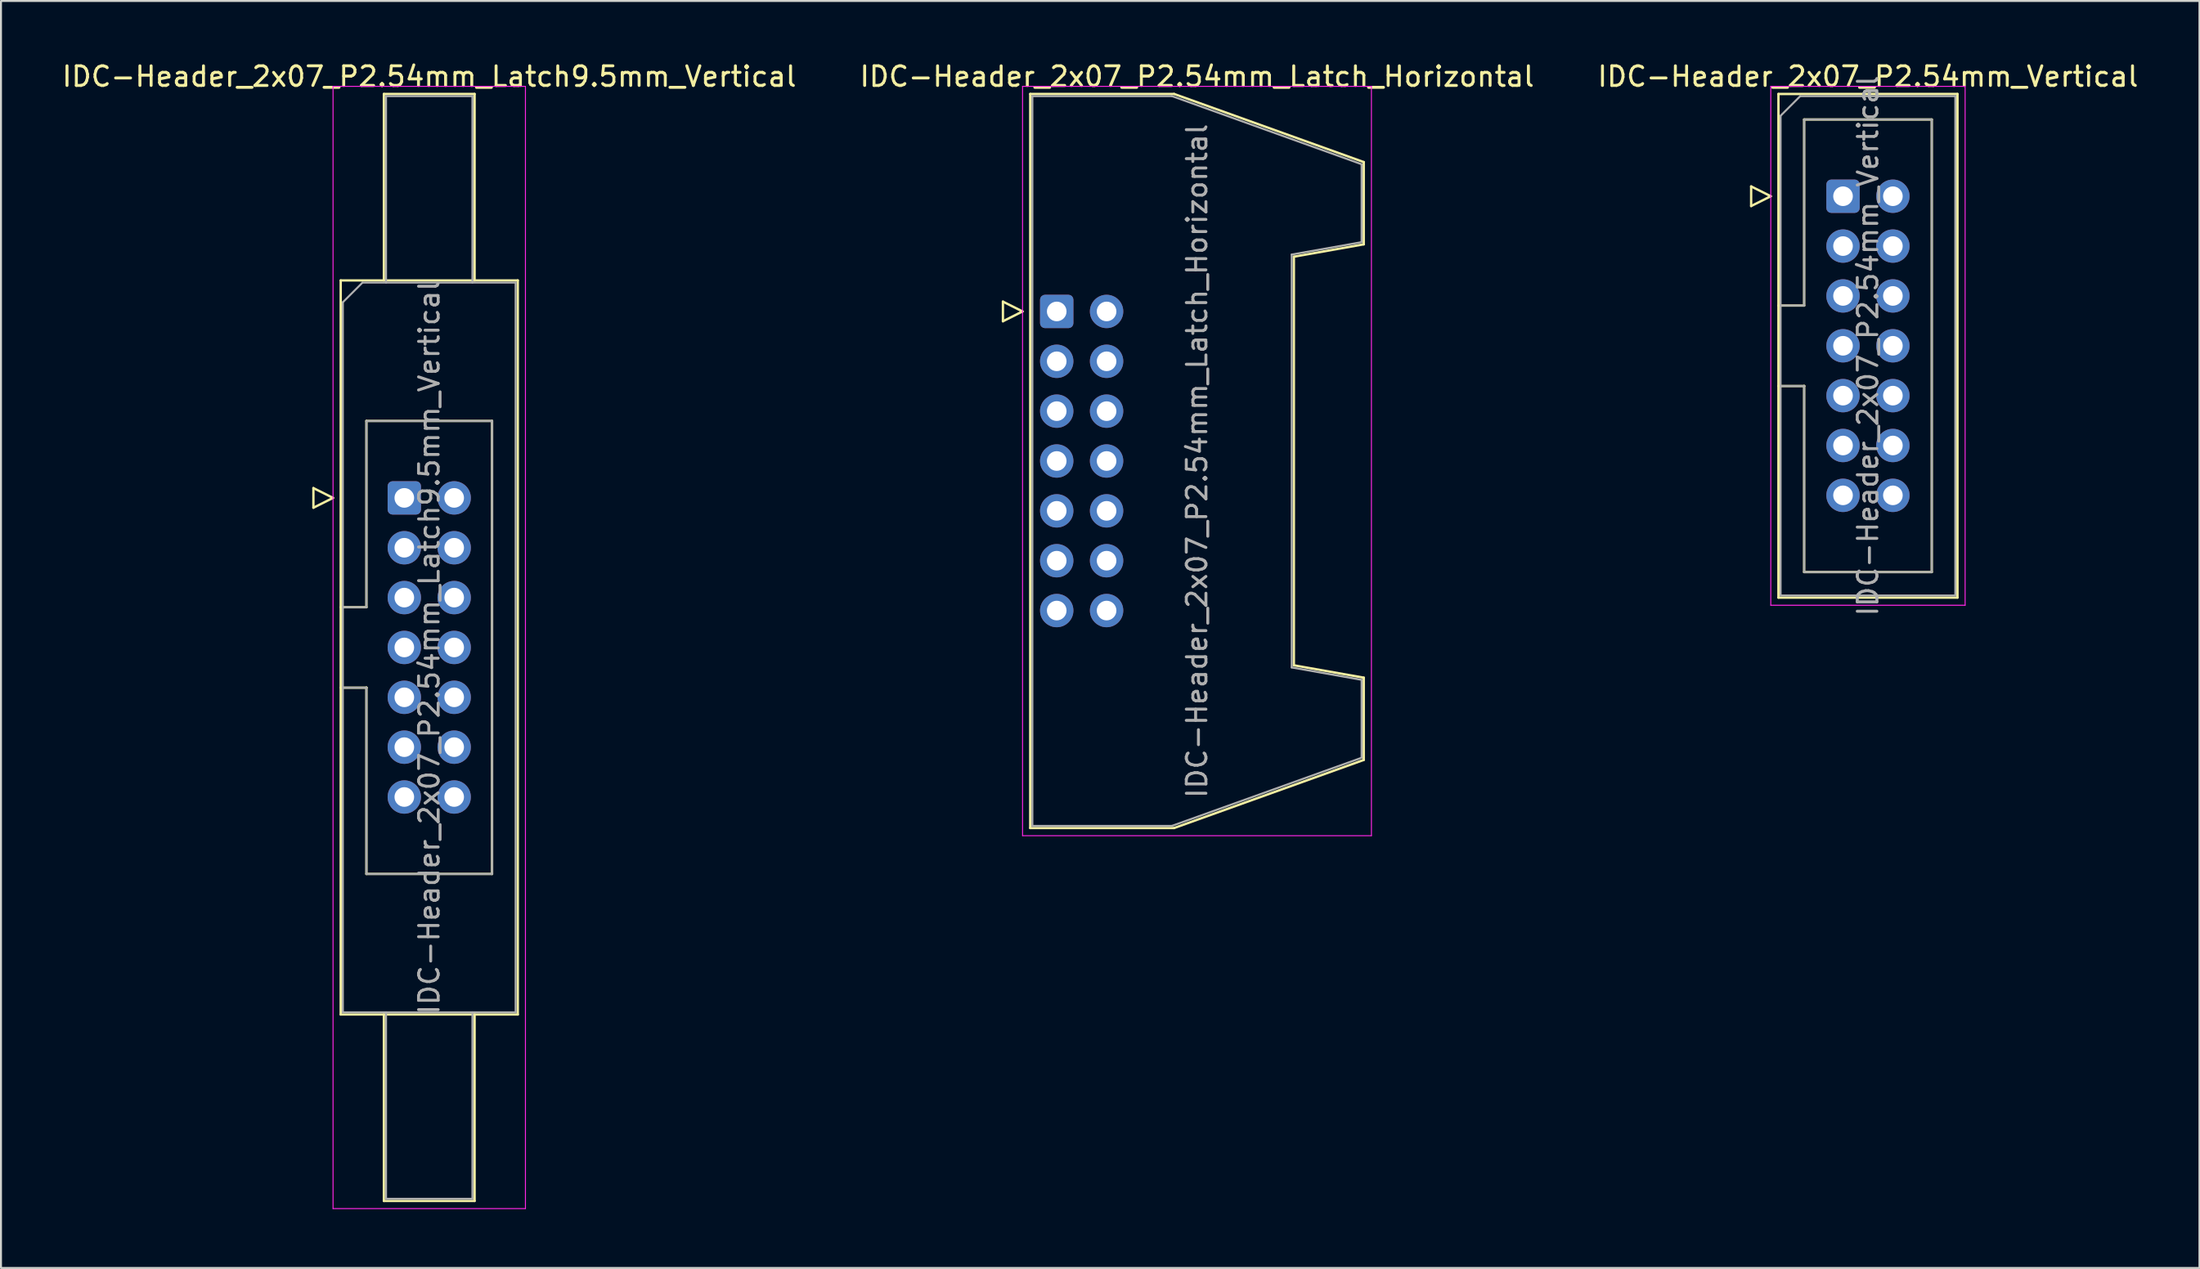
<source format=kicad_pcb>
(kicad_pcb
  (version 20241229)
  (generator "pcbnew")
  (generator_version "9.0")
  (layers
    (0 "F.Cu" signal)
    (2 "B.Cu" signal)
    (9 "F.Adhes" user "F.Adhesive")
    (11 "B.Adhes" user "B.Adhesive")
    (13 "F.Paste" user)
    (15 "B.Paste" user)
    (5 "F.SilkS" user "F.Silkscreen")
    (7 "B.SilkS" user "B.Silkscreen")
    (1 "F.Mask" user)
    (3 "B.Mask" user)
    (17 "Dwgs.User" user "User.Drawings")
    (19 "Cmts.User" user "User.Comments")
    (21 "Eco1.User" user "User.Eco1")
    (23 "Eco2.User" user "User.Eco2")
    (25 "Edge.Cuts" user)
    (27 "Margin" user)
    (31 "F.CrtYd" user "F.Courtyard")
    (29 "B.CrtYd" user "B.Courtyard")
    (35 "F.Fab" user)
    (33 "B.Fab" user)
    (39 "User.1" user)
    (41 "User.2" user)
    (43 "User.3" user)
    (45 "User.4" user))
  (footprint "IDC-Header_2x07_P2.54mm_Latch9.5mm_Vertical"
    (layer "F.Cu")
    (at 17.545 22.318)
    (property "Reference" "IDC-Header_2x07_P2.54mm_Latch9.5mm_Vertical" (at 1.27 -21.47 0) (layer "F.SilkS") (effects (font (size 1 1) (thickness 0.15))))
    (attr through_hole)
    (fp_line (start -4.63 -0.5) (end -4.63 0.5) (stroke (width 0.12) (type solid)) (layer "F.SilkS"))
    (fp_line (start -4.63 0.5) (end -3.63 0) (stroke (width 0.12) (type solid)) (layer "F.SilkS"))
    (fp_line (start -3.63 0) (end -4.63 -0.5) (stroke (width 0.12) (type solid)) (layer "F.SilkS"))
    (fp_line (start -3.24 -11.08) (end 5.78 -11.08) (stroke (width 0.12) (type solid)) (layer "F.SilkS"))
    (fp_line (start -3.24 5.57) (end -1.93 5.57) (stroke (width 0.12) (type solid)) (layer "F.SilkS"))
    (fp_line (start -3.24 26.32) (end -3.24 -11.08) (stroke (width 0.12) (type solid)) (layer "F.SilkS"))
    (fp_line (start -1.93 -3.92) (end 4.47 -3.92) (stroke (width 0.12) (type solid)) (layer "F.SilkS"))
    (fp_line (start -1.93 5.57) (end -1.93 -3.92) (stroke (width 0.12) (type solid)) (layer "F.SilkS"))
    (fp_line (start -1.93 9.67) (end -3.24 9.67) (stroke (width 0.12) (type solid)) (layer "F.SilkS"))
    (fp_line (start -1.93 9.67) (end -1.93 9.67) (stroke (width 0.12) (type solid)) (layer "F.SilkS"))
    (fp_line (start -1.93 19.16) (end -1.93 9.67) (stroke (width 0.12) (type solid)) (layer "F.SilkS"))
    (fp_line (start -1.04 -20.58) (end 3.58 -20.58) (stroke (width 0.12) (type solid)) (layer "F.SilkS"))
    (fp_line (start -1.04 -11.08) (end -1.04 -20.58) (stroke (width 0.12) (type solid)) (layer "F.SilkS"))
    (fp_line (start -1.04 26.32) (end -1.04 35.82) (stroke (width 0.12) (type solid)) (layer "F.SilkS"))
    (fp_line (start -1.04 35.82) (end 3.58 35.82) (stroke (width 0.12) (type solid)) (layer "F.SilkS"))
    (fp_line (start 3.58 -20.58) (end 3.58 -11.08) (stroke (width 0.12) (type solid)) (layer "F.SilkS"))
    (fp_line (start 3.58 35.82) (end 3.58 26.32) (stroke (width 0.12) (type solid)) (layer "F.SilkS"))
    (fp_line (start 4.47 -3.92) (end 4.47 19.16) (stroke (width 0.12) (type solid)) (layer "F.SilkS"))
    (fp_line (start 4.47 19.16) (end -1.93 19.16) (stroke (width 0.12) (type solid)) (layer "F.SilkS"))
    (fp_line (start 5.78 -11.08) (end 5.78 26.32) (stroke (width 0.12) (type solid)) (layer "F.SilkS"))
    (fp_line (start 5.78 26.32) (end -3.24 26.32) (stroke (width 0.12) (type solid)) (layer "F.SilkS"))
    (fp_line (start -3.63 -20.97) (end -3.63 36.21) (stroke (width 0.05) (type solid)) (layer "F.CrtYd"))
    (fp_line (start -3.63 36.21) (end 6.17 36.21) (stroke (width 0.05) (type solid)) (layer "F.CrtYd"))
    (fp_line (start 6.17 -20.97) (end -3.63 -20.97) (stroke (width 0.05) (type solid)) (layer "F.CrtYd"))
    (fp_line (start 6.17 36.21) (end 6.17 -20.97) (stroke (width 0.05) (type solid)) (layer "F.CrtYd"))
    (fp_line (start -3.13 -9.97) (end -2.13 -10.97) (stroke (width 0.1) (type solid)) (layer "F.Fab"))
    (fp_line (start -3.13 5.57) (end -1.93 5.57) (stroke (width 0.1) (type solid)) (layer "F.Fab"))
    (fp_line (start -3.13 26.21) (end -3.13 -9.97) (stroke (width 0.1) (type solid)) (layer "F.Fab"))
    (fp_line (start -2.13 -10.97) (end 5.67 -10.97) (stroke (width 0.1) (type solid)) (layer "F.Fab"))
    (fp_line (start -1.93 -3.92) (end 4.47 -3.92) (stroke (width 0.1) (type solid)) (layer "F.Fab"))
    (fp_line (start -1.93 5.57) (end -1.93 -3.92) (stroke (width 0.1) (type solid)) (layer "F.Fab"))
    (fp_line (start -1.93 9.67) (end -3.13 9.67) (stroke (width 0.1) (type solid)) (layer "F.Fab"))
    (fp_line (start -1.93 9.67) (end -1.93 9.67) (stroke (width 0.1) (type solid)) (layer "F.Fab"))
    (fp_line (start -1.93 19.16) (end -1.93 9.67) (stroke (width 0.1) (type solid)) (layer "F.Fab"))
    (fp_line (start -0.93 -20.47) (end 3.47 -20.47) (stroke (width 0.1) (type solid)) (layer "F.Fab"))
    (fp_line (start -0.93 -10.97) (end -0.93 -20.47) (stroke (width 0.1) (type solid)) (layer "F.Fab"))
    (fp_line (start -0.93 26.21) (end -0.93 35.71) (stroke (width 0.1) (type solid)) (layer "F.Fab"))
    (fp_line (start -0.93 35.71) (end 3.47 35.71) (stroke (width 0.1) (type solid)) (layer "F.Fab"))
    (fp_line (start 3.47 -20.47) (end 3.47 -10.97) (stroke (width 0.1) (type solid)) (layer "F.Fab"))
    (fp_line (start 3.47 35.71) (end 3.47 26.21) (stroke (width 0.1) (type solid)) (layer "F.Fab"))
    (fp_line (start 4.47 -3.92) (end 4.47 19.16) (stroke (width 0.1) (type solid)) (layer "F.Fab"))
    (fp_line (start 4.47 19.16) (end -1.93 19.16) (stroke (width 0.1) (type solid)) (layer "F.Fab"))
    (fp_line (start 5.67 -10.97) (end 5.67 26.21) (stroke (width 0.1) (type solid)) (layer "F.Fab"))
    (fp_line (start 5.67 26.21) (end -3.13 26.21) (stroke (width 0.1) (type solid)) (layer "F.Fab"))
    (fp_text user "${REFERENCE}" (at 1.27 7.62 90) (layer "F.Fab") (effects (font (size 1 1) (thickness 0.15))))
    (pad "1" thru_hole roundrect (at 0 0) (size 1.7 1.7) (drill 1) (layers "*.Cu" "*.Mask") (roundrect_rratio 0.147))
    (pad "2" thru_hole circle (at 2.54 0) (size 1.7 1.7) (drill 1) (layers "*.Cu" "*.Mask"))
    (pad "3" thru_hole circle (at 0 2.54) (size 1.7 1.7) (drill 1) (layers "*.Cu" "*.Mask"))
    (pad "4" thru_hole circle (at 2.54 2.54) (size 1.7 1.7) (drill 1) (layers "*.Cu" "*.Mask"))
    (pad "5" thru_hole circle (at 0 5.08) (size 1.7 1.7) (drill 1) (layers "*.Cu" "*.Mask"))
    (pad "6" thru_hole circle (at 2.54 5.08) (size 1.7 1.7) (drill 1) (layers "*.Cu" "*.Mask"))
    (pad "7" thru_hole circle (at 0 7.62) (size 1.7 1.7) (drill 1) (layers "*.Cu" "*.Mask"))
    (pad "8" thru_hole circle (at 2.54 7.62) (size 1.7 1.7) (drill 1) (layers "*.Cu" "*.Mask"))
    (pad "9" thru_hole circle (at 0 10.16) (size 1.7 1.7) (drill 1) (layers "*.Cu" "*.Mask"))
    (pad "10" thru_hole circle (at 2.54 10.16) (size 1.7 1.7) (drill 1) (layers "*.Cu" "*.Mask"))
    (pad "11" thru_hole circle (at 0 12.7) (size 1.7 1.7) (drill 1) (layers "*.Cu" "*.Mask"))
    (pad "12" thru_hole circle (at 2.54 12.7) (size 1.7 1.7) (drill 1) (layers "*.Cu" "*.Mask"))
    (pad "13" thru_hole circle (at 0 15.24) (size 1.7 1.7) (drill 1) (layers "*.Cu" "*.Mask"))
    (pad "14" thru_hole circle (at 2.54 15.24) (size 1.7 1.7) (drill 1) (layers "*.Cu" "*.Mask")))
  (footprint "IDC-Header_2x07_P2.54mm_Vertical"
    (layer "F.Cu")
    (at 90.831 6.948)
    (property "Reference" "IDC-Header_2x07_P2.54mm_Vertical" (at 1.27 -6.1 0) (layer "F.SilkS") (effects (font (size 1 1) (thickness 0.15))))
    (attr through_hole)
    (fp_line (start -4.68 -0.5) (end -4.68 0.5) (stroke (width 0.12) (type solid)) (layer "F.SilkS"))
    (fp_line (start -4.68 0.5) (end -3.68 0) (stroke (width 0.12) (type solid)) (layer "F.SilkS"))
    (fp_line (start -3.68 0) (end -4.68 -0.5) (stroke (width 0.12) (type solid)) (layer "F.SilkS"))
    (fp_line (start -3.29 -5.21) (end 5.83 -5.21) (stroke (width 0.12) (type solid)) (layer "F.SilkS"))
    (fp_line (start -3.29 5.57) (end -1.98 5.57) (stroke (width 0.12) (type solid)) (layer "F.SilkS"))
    (fp_line (start -3.29 20.45) (end -3.29 -5.21) (stroke (width 0.12) (type solid)) (layer "F.SilkS"))
    (fp_line (start -1.98 -3.91) (end 4.52 -3.91) (stroke (width 0.12) (type solid)) (layer "F.SilkS"))
    (fp_line (start -1.98 5.57) (end -1.98 -3.91) (stroke (width 0.12) (type solid)) (layer "F.SilkS"))
    (fp_line (start -1.98 9.67) (end -3.29 9.67) (stroke (width 0.12) (type solid)) (layer "F.SilkS"))
    (fp_line (start -1.98 9.67) (end -1.98 9.67) (stroke (width 0.12) (type solid)) (layer "F.SilkS"))
    (fp_line (start -1.98 19.15) (end -1.98 9.67) (stroke (width 0.12) (type solid)) (layer "F.SilkS"))
    (fp_line (start 4.52 -3.91) (end 4.52 19.15) (stroke (width 0.12) (type solid)) (layer "F.SilkS"))
    (fp_line (start 4.52 19.15) (end -1.98 19.15) (stroke (width 0.12) (type solid)) (layer "F.SilkS"))
    (fp_line (start 5.83 -5.21) (end 5.83 20.45) (stroke (width 0.12) (type solid)) (layer "F.SilkS"))
    (fp_line (start 5.83 20.45) (end -3.29 20.45) (stroke (width 0.12) (type solid)) (layer "F.SilkS"))
    (fp_line (start -3.68 -5.6) (end -3.68 20.84) (stroke (width 0.05) (type solid)) (layer "F.CrtYd"))
    (fp_line (start -3.68 20.84) (end 6.22 20.84) (stroke (width 0.05) (type solid)) (layer "F.CrtYd"))
    (fp_line (start 6.22 -5.6) (end -3.68 -5.6) (stroke (width 0.05) (type solid)) (layer "F.CrtYd"))
    (fp_line (start 6.22 20.84) (end 6.22 -5.6) (stroke (width 0.05) (type solid)) (layer "F.CrtYd"))
    (fp_line (start -3.18 -4.1) (end -2.18 -5.1) (stroke (width 0.1) (type solid)) (layer "F.Fab"))
    (fp_line (start -3.18 5.57) (end -1.98 5.57) (stroke (width 0.1) (type solid)) (layer "F.Fab"))
    (fp_line (start -3.18 20.34) (end -3.18 -4.1) (stroke (width 0.1) (type solid)) (layer "F.Fab"))
    (fp_line (start -2.18 -5.1) (end 5.72 -5.1) (stroke (width 0.1) (type solid)) (layer "F.Fab"))
    (fp_line (start -1.98 -3.91) (end 4.52 -3.91) (stroke (width 0.1) (type solid)) (layer "F.Fab"))
    (fp_line (start -1.98 5.57) (end -1.98 -3.91) (stroke (width 0.1) (type solid)) (layer "F.Fab"))
    (fp_line (start -1.98 9.67) (end -3.18 9.67) (stroke (width 0.1) (type solid)) (layer "F.Fab"))
    (fp_line (start -1.98 9.67) (end -1.98 9.67) (stroke (width 0.1) (type solid)) (layer "F.Fab"))
    (fp_line (start -1.98 19.15) (end -1.98 9.67) (stroke (width 0.1) (type solid)) (layer "F.Fab"))
    (fp_line (start 4.52 -3.91) (end 4.52 19.15) (stroke (width 0.1) (type solid)) (layer "F.Fab"))
    (fp_line (start 4.52 19.15) (end -1.98 19.15) (stroke (width 0.1) (type solid)) (layer "F.Fab"))
    (fp_line (start 5.72 -5.1) (end 5.72 20.34) (stroke (width 0.1) (type solid)) (layer "F.Fab"))
    (fp_line (start 5.72 20.34) (end -3.18 20.34) (stroke (width 0.1) (type solid)) (layer "F.Fab"))
    (fp_text user "${REFERENCE}" (at 1.27 7.62 90) (layer "F.Fab") (effects (font (size 1 1) (thickness 0.15))))
    (pad "1" thru_hole roundrect (at 0 0) (size 1.7 1.7) (drill 1) (layers "*.Cu" "*.Mask") (roundrect_rratio 0.147))
    (pad "2" thru_hole circle (at 2.54 0) (size 1.7 1.7) (drill 1) (layers "*.Cu" "*.Mask"))
    (pad "3" thru_hole circle (at 0 2.54) (size 1.7 1.7) (drill 1) (layers "*.Cu" "*.Mask"))
    (pad "4" thru_hole circle (at 2.54 2.54) (size 1.7 1.7) (drill 1) (layers "*.Cu" "*.Mask"))
    (pad "5" thru_hole circle (at 0 5.08) (size 1.7 1.7) (drill 1) (layers "*.Cu" "*.Mask"))
    (pad "6" thru_hole circle (at 2.54 5.08) (size 1.7 1.7) (drill 1) (layers "*.Cu" "*.Mask"))
    (pad "7" thru_hole circle (at 0 7.62) (size 1.7 1.7) (drill 1) (layers "*.Cu" "*.Mask"))
    (pad "8" thru_hole circle (at 2.54 7.62) (size 1.7 1.7) (drill 1) (layers "*.Cu" "*.Mask"))
    (pad "9" thru_hole circle (at 0 10.16) (size 1.7 1.7) (drill 1) (layers "*.Cu" "*.Mask"))
    (pad "10" thru_hole circle (at 2.54 10.16) (size 1.7 1.7) (drill 1) (layers "*.Cu" "*.Mask"))
    (pad "11" thru_hole circle (at 0 12.7) (size 1.7 1.7) (drill 1) (layers "*.Cu" "*.Mask"))
    (pad "12" thru_hole circle (at 2.54 12.7) (size 1.7 1.7) (drill 1) (layers "*.Cu" "*.Mask"))
    (pad "13" thru_hole circle (at 0 15.24) (size 1.7 1.7) (drill 1) (layers "*.Cu" "*.Mask"))
    (pad "14" thru_hole circle (at 2.54 15.24) (size 1.7 1.7) (drill 1) (layers "*.Cu" "*.Mask")))
  (footprint "IDC-Header_2x07_P2.54mm_Latch_Horizontal"
    (layer "F.Cu")
    (at 50.778 12.818)
    (property "Reference" "IDC-Header_2x07_P2.54mm_Latch_Horizontal" (at 7.145 -11.97 0) (layer "F.SilkS") (effects (font (size 1 1) (thickness 0.15))))
    (attr through_hole)
    (fp_line (start -2.74 -0.5) (end -2.74 0.5) (stroke (width 0.12) (type solid)) (layer "F.SilkS"))
    (fp_line (start -2.74 0.5) (end -1.74 0) (stroke (width 0.12) (type solid)) (layer "F.SilkS"))
    (fp_line (start -1.74 0) (end -2.74 -0.5) (stroke (width 0.12) (type solid)) (layer "F.SilkS"))
    (fp_line (start -1.35 -11.08) (end 5.98 -11.08) (stroke (width 0.12) (type solid)) (layer "F.SilkS"))
    (fp_line (start -1.35 26.32) (end -1.35 -11.08) (stroke (width 0.12) (type solid)) (layer "F.SilkS"))
    (fp_line (start 5.98 -11.08) (end 15.64 -7.61) (stroke (width 0.12) (type solid)) (layer "F.SilkS"))
    (fp_line (start 5.98 26.32) (end -1.35 26.32) (stroke (width 0.12) (type solid)) (layer "F.SilkS"))
    (fp_line (start 12.08 -2.79) (end 12.08 18.03) (stroke (width 0.12) (type solid)) (layer "F.SilkS"))
    (fp_line (start 12.08 18.03) (end 15.64 18.66) (stroke (width 0.12) (type solid)) (layer "F.SilkS"))
    (fp_line (start 15.64 -7.61) (end 15.64 -3.42) (stroke (width 0.12) (type solid)) (layer "F.SilkS"))
    (fp_line (start 15.64 -3.42) (end 12.08 -2.79) (stroke (width 0.12) (type solid)) (layer "F.SilkS"))
    (fp_line (start 15.64 18.66) (end 15.64 22.85) (stroke (width 0.12) (type solid)) (layer "F.SilkS"))
    (fp_line (start 15.64 22.85) (end 5.98 26.32) (stroke (width 0.12) (type solid)) (layer "F.SilkS"))
    (fp_line (start -1.74 -11.47) (end -1.74 26.71) (stroke (width 0.05) (type solid)) (layer "F.CrtYd"))
    (fp_line (start -1.74 26.71) (end 16.03 26.71) (stroke (width 0.05) (type solid)) (layer "F.CrtYd"))
    (fp_line (start 16.03 -11.47) (end -1.74 -11.47) (stroke (width 0.05) (type solid)) (layer "F.CrtYd"))
    (fp_line (start 16.03 26.71) (end 16.03 -11.47) (stroke (width 0.05) (type solid)) (layer "F.CrtYd"))
    (fp_line (start -1.24 -10.97) (end 5.87 -10.97) (stroke (width 0.1) (type solid)) (layer "F.Fab"))
    (fp_line (start -1.24 26.21) (end -1.24 -10.97) (stroke (width 0.1) (type solid)) (layer "F.Fab"))
    (fp_line (start 5.87 -10.97) (end 15.53 -7.5) (stroke (width 0.1) (type solid)) (layer "F.Fab"))
    (fp_line (start 5.87 26.21) (end -1.24 26.21) (stroke (width 0.1) (type solid)) (layer "F.Fab"))
    (fp_line (start 11.97 -2.9) (end 11.97 18.14) (stroke (width 0.1) (type solid)) (layer "F.Fab"))
    (fp_line (start 11.97 18.14) (end 15.53 18.77) (stroke (width 0.1) (type solid)) (layer "F.Fab"))
    (fp_line (start 15.53 -7.5) (end 15.53 -3.53) (stroke (width 0.1) (type solid)) (layer "F.Fab"))
    (fp_line (start 15.53 -3.53) (end 11.97 -2.9) (stroke (width 0.1) (type solid)) (layer "F.Fab"))
    (fp_line (start 15.53 18.77) (end 15.53 22.74) (stroke (width 0.1) (type solid)) (layer "F.Fab"))
    (fp_line (start 15.53 22.74) (end 5.87 26.21) (stroke (width 0.1) (type solid)) (layer "F.Fab"))
    (fp_text user "${REFERENCE}" (at 7.145 7.62 90) (layer "F.Fab") (effects (font (size 1 1) (thickness 0.15))))
    (pad "1" thru_hole roundrect (at 0 0) (size 1.7 1.7) (drill 1) (layers "*.Cu" "*.Mask") (roundrect_rratio 0.147))
    (pad "2" thru_hole circle (at 2.54 0) (size 1.7 1.7) (drill 1) (layers "*.Cu" "*.Mask"))
    (pad "3" thru_hole circle (at 0 2.54) (size 1.7 1.7) (drill 1) (layers "*.Cu" "*.Mask"))
    (pad "4" thru_hole circle (at 2.54 2.54) (size 1.7 1.7) (drill 1) (layers "*.Cu" "*.Mask"))
    (pad "5" thru_hole circle (at 0 5.08) (size 1.7 1.7) (drill 1) (layers "*.Cu" "*.Mask"))
    (pad "6" thru_hole circle (at 2.54 5.08) (size 1.7 1.7) (drill 1) (layers "*.Cu" "*.Mask"))
    (pad "7" thru_hole circle (at 0 7.62) (size 1.7 1.7) (drill 1) (layers "*.Cu" "*.Mask"))
    (pad "8" thru_hole circle (at 2.54 7.62) (size 1.7 1.7) (drill 1) (layers "*.Cu" "*.Mask"))
    (pad "9" thru_hole circle (at 0 10.16) (size 1.7 1.7) (drill 1) (layers "*.Cu" "*.Mask"))
    (pad "10" thru_hole circle (at 2.54 10.16) (size 1.7 1.7) (drill 1) (layers "*.Cu" "*.Mask"))
    (pad "11" thru_hole circle (at 0 12.7) (size 1.7 1.7) (drill 1) (layers "*.Cu" "*.Mask"))
    (pad "12" thru_hole circle (at 2.54 12.7) (size 1.7 1.7) (drill 1) (layers "*.Cu" "*.Mask"))
    (pad "13" thru_hole circle (at 0 15.24) (size 1.7 1.7) (drill 1) (layers "*.Cu" "*.Mask"))
    (pad "14" thru_hole circle (at 2.54 15.24) (size 1.7 1.7) (drill 1) (layers "*.Cu" "*.Mask")))
  (gr_rect
    (start -3 -3)
    (end 108.988 61.553)
    (stroke (width 0.1) (type default))
    (fill no)
    (layer "Edge.Cuts")))
</source>
